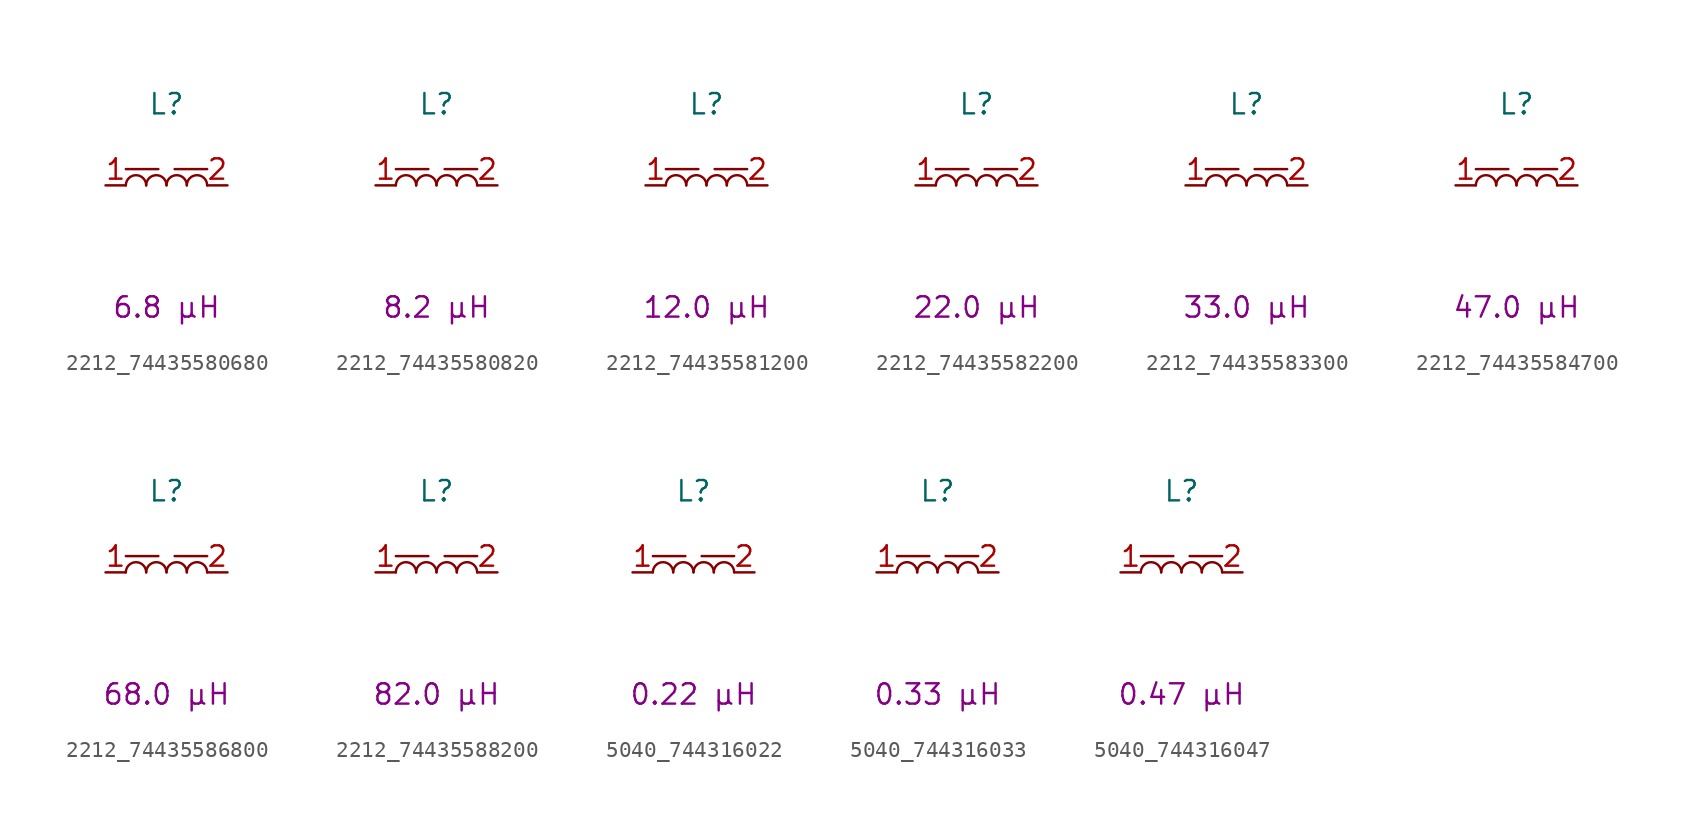
<source format=kicad_sym>
(kicad_symbol_lib
  (version 20220914)
  (generator kicad_symbol_editor)
  (symbol "2212_74435580680"
    (pin_names hide)
    (property "Reference" "L"
      (at 0 5.08 0)
      (effects (font (size 1.27 1.27))))
    (property "Critical Parameter" "6.8 µH"
      (at 0 -7.62 0)
      (effects (font (size 1.27 1.27))))
    (symbol "2212_74435580680_0_1"
      (arc (start -1.27 0) (mid -1.905 0.6323) (end -2.54 0) (stroke (width 0) (type default)) (fill (type none)))
      (arc (start 0 0) (mid -0.635 0.6323) (end -1.27 0) (stroke (width 0) (type default)) (fill (type none)))
      (polyline (pts (xy -2.54 1.016) (xy -0.508 1.016)) (stroke (width 0) (type default)) (fill (type none)))
      (arc (start 1.27 0) (mid 0.635 0.6323) (end 0 0) (stroke (width 0) (type default)) (fill (type none)))
      (arc (start 2.54 0) (mid 1.905 0.6323) (end 1.27 0) (stroke (width 0) (type default)) (fill (type none))))
    (symbol "2212_74435580680_1_1"
      (polyline (pts (xy 2.54 1.016) (xy 0.508 1.016)) (stroke (width 0) (type default)) (fill (type none)))
      (pin passive line (at -3.81 0 0) (length 1.27) (name "1" (effects (font (size 1.27 1.27)))) (number "1" (effects (font (size 1.27 1.27)))))
      (pin passive line (at 3.81 0 180) (length 1.27) (name "2" (effects (font (size 1.27 1.27)))) (number "2" (effects (font (size 1.27 1.27)))))))
  (symbol "2212_74435580820"
    (pin_names hide)
    (property "Reference" "L"
      (at 0 5.08 0)
      (effects (font (size 1.27 1.27))))
    (property "Critical Parameter" "8.2 µH"
      (at 0 -7.62 0)
      (effects (font (size 1.27 1.27))))
    (symbol "2212_74435580820_0_1"
      (arc (start -1.27 0) (mid -1.905 0.6323) (end -2.54 0) (stroke (width 0) (type default)) (fill (type none)))
      (arc (start 0 0) (mid -0.635 0.6323) (end -1.27 0) (stroke (width 0) (type default)) (fill (type none)))
      (polyline (pts (xy -2.54 1.016) (xy -0.508 1.016)) (stroke (width 0) (type default)) (fill (type none)))
      (arc (start 1.27 0) (mid 0.635 0.6323) (end 0 0) (stroke (width 0) (type default)) (fill (type none)))
      (arc (start 2.54 0) (mid 1.905 0.6323) (end 1.27 0) (stroke (width 0) (type default)) (fill (type none))))
    (symbol "2212_74435580820_1_1"
      (polyline (pts (xy 2.54 1.016) (xy 0.508 1.016)) (stroke (width 0) (type default)) (fill (type none)))
      (pin passive line (at -3.81 0 0) (length 1.27) (name "1" (effects (font (size 1.27 1.27)))) (number "1" (effects (font (size 1.27 1.27)))))
      (pin passive line (at 3.81 0 180) (length 1.27) (name "2" (effects (font (size 1.27 1.27)))) (number "2" (effects (font (size 1.27 1.27)))))))
  (symbol "2212_74435581200"
    (pin_names hide)
    (property "Reference" "L"
      (at 0 5.08 0)
      (effects (font (size 1.27 1.27))))
    (property "Critical Parameter" "12.0 µH"
      (at 0 -7.62 0)
      (effects (font (size 1.27 1.27))))
    (symbol "2212_74435581200_0_1"
      (arc (start -1.27 0) (mid -1.905 0.6323) (end -2.54 0) (stroke (width 0) (type default)) (fill (type none)))
      (arc (start 0 0) (mid -0.635 0.6323) (end -1.27 0) (stroke (width 0) (type default)) (fill (type none)))
      (polyline (pts (xy -2.54 1.016) (xy -0.508 1.016)) (stroke (width 0) (type default)) (fill (type none)))
      (arc (start 1.27 0) (mid 0.635 0.6323) (end 0 0) (stroke (width 0) (type default)) (fill (type none)))
      (arc (start 2.54 0) (mid 1.905 0.6323) (end 1.27 0) (stroke (width 0) (type default)) (fill (type none))))
    (symbol "2212_74435581200_1_1"
      (polyline (pts (xy 2.54 1.016) (xy 0.508 1.016)) (stroke (width 0) (type default)) (fill (type none)))
      (pin passive line (at -3.81 0 0) (length 1.27) (name "1" (effects (font (size 1.27 1.27)))) (number "1" (effects (font (size 1.27 1.27)))))
      (pin passive line (at 3.81 0 180) (length 1.27) (name "2" (effects (font (size 1.27 1.27)))) (number "2" (effects (font (size 1.27 1.27)))))))
  (symbol "2212_74435582200"
    (pin_names hide)
    (property "Reference" "L"
      (at 0 5.08 0)
      (effects (font (size 1.27 1.27))))
    (property "Critical Parameter" "22.0 µH"
      (at 0 -7.62 0)
      (effects (font (size 1.27 1.27))))
    (symbol "2212_74435582200_0_1"
      (arc (start -1.27 0) (mid -1.905 0.6323) (end -2.54 0) (stroke (width 0) (type default)) (fill (type none)))
      (arc (start 0 0) (mid -0.635 0.6323) (end -1.27 0) (stroke (width 0) (type default)) (fill (type none)))
      (polyline (pts (xy -2.54 1.016) (xy -0.508 1.016)) (stroke (width 0) (type default)) (fill (type none)))
      (arc (start 1.27 0) (mid 0.635 0.6323) (end 0 0) (stroke (width 0) (type default)) (fill (type none)))
      (arc (start 2.54 0) (mid 1.905 0.6323) (end 1.27 0) (stroke (width 0) (type default)) (fill (type none))))
    (symbol "2212_74435582200_1_1"
      (polyline (pts (xy 2.54 1.016) (xy 0.508 1.016)) (stroke (width 0) (type default)) (fill (type none)))
      (pin passive line (at -3.81 0 0) (length 1.27) (name "1" (effects (font (size 1.27 1.27)))) (number "1" (effects (font (size 1.27 1.27)))))
      (pin passive line (at 3.81 0 180) (length 1.27) (name "2" (effects (font (size 1.27 1.27)))) (number "2" (effects (font (size 1.27 1.27)))))))
  (symbol "2212_74435583300"
    (pin_names hide)
    (property "Reference" "L"
      (at 0 5.08 0)
      (effects (font (size 1.27 1.27))))
    (property "Critical Parameter" "33.0 µH"
      (at 0 -7.62 0)
      (effects (font (size 1.27 1.27))))
    (symbol "2212_74435583300_0_1"
      (arc (start -1.27 0) (mid -1.905 0.6323) (end -2.54 0) (stroke (width 0) (type default)) (fill (type none)))
      (arc (start 0 0) (mid -0.635 0.6323) (end -1.27 0) (stroke (width 0) (type default)) (fill (type none)))
      (polyline (pts (xy -2.54 1.016) (xy -0.508 1.016)) (stroke (width 0) (type default)) (fill (type none)))
      (arc (start 1.27 0) (mid 0.635 0.6323) (end 0 0) (stroke (width 0) (type default)) (fill (type none)))
      (arc (start 2.54 0) (mid 1.905 0.6323) (end 1.27 0) (stroke (width 0) (type default)) (fill (type none))))
    (symbol "2212_74435583300_1_1"
      (polyline (pts (xy 2.54 1.016) (xy 0.508 1.016)) (stroke (width 0) (type default)) (fill (type none)))
      (pin passive line (at -3.81 0 0) (length 1.27) (name "1" (effects (font (size 1.27 1.27)))) (number "1" (effects (font (size 1.27 1.27)))))
      (pin passive line (at 3.81 0 180) (length 1.27) (name "2" (effects (font (size 1.27 1.27)))) (number "2" (effects (font (size 1.27 1.27)))))))
  (symbol "2212_74435584700"
    (pin_names hide)
    (property "Reference" "L"
      (at 0 5.08 0)
      (effects (font (size 1.27 1.27))))
    (property "Critical Parameter" "47.0 µH"
      (at 0 -7.62 0)
      (effects (font (size 1.27 1.27))))
    (symbol "2212_74435584700_0_1"
      (arc (start -1.27 0) (mid -1.905 0.6323) (end -2.54 0) (stroke (width 0) (type default)) (fill (type none)))
      (arc (start 0 0) (mid -0.635 0.6323) (end -1.27 0) (stroke (width 0) (type default)) (fill (type none)))
      (polyline (pts (xy -2.54 1.016) (xy -0.508 1.016)) (stroke (width 0) (type default)) (fill (type none)))
      (arc (start 1.27 0) (mid 0.635 0.6323) (end 0 0) (stroke (width 0) (type default)) (fill (type none)))
      (arc (start 2.54 0) (mid 1.905 0.6323) (end 1.27 0) (stroke (width 0) (type default)) (fill (type none))))
    (symbol "2212_74435584700_1_1"
      (polyline (pts (xy 2.54 1.016) (xy 0.508 1.016)) (stroke (width 0) (type default)) (fill (type none)))
      (pin passive line (at -3.81 0 0) (length 1.27) (name "1" (effects (font (size 1.27 1.27)))) (number "1" (effects (font (size 1.27 1.27)))))
      (pin passive line (at 3.81 0 180) (length 1.27) (name "2" (effects (font (size 1.27 1.27)))) (number "2" (effects (font (size 1.27 1.27)))))))
  (symbol "2212_74435586800"
    (pin_names hide)
    (property "Reference" "L"
      (at 0 5.08 0)
      (effects (font (size 1.27 1.27))))
    (property "Critical Parameter" "68.0 µH"
      (at 0 -7.62 0)
      (effects (font (size 1.27 1.27))))
    (symbol "2212_74435586800_0_1"
      (arc (start -1.27 0) (mid -1.905 0.6323) (end -2.54 0) (stroke (width 0) (type default)) (fill (type none)))
      (arc (start 0 0) (mid -0.635 0.6323) (end -1.27 0) (stroke (width 0) (type default)) (fill (type none)))
      (polyline (pts (xy -2.54 1.016) (xy -0.508 1.016)) (stroke (width 0) (type default)) (fill (type none)))
      (arc (start 1.27 0) (mid 0.635 0.6323) (end 0 0) (stroke (width 0) (type default)) (fill (type none)))
      (arc (start 2.54 0) (mid 1.905 0.6323) (end 1.27 0) (stroke (width 0) (type default)) (fill (type none))))
    (symbol "2212_74435586800_1_1"
      (polyline (pts (xy 2.54 1.016) (xy 0.508 1.016)) (stroke (width 0) (type default)) (fill (type none)))
      (pin passive line (at -3.81 0 0) (length 1.27) (name "1" (effects (font (size 1.27 1.27)))) (number "1" (effects (font (size 1.27 1.27)))))
      (pin passive line (at 3.81 0 180) (length 1.27) (name "2" (effects (font (size 1.27 1.27)))) (number "2" (effects (font (size 1.27 1.27)))))))
  (symbol "2212_74435588200"
    (pin_names hide)
    (property "Reference" "L"
      (at 0 5.08 0)
      (effects (font (size 1.27 1.27))))
    (property "Critical Parameter" "82.0 µH"
      (at 0 -7.62 0)
      (effects (font (size 1.27 1.27))))
    (symbol "2212_74435588200_0_1"
      (arc (start -1.27 0) (mid -1.905 0.6323) (end -2.54 0) (stroke (width 0) (type default)) (fill (type none)))
      (arc (start 0 0) (mid -0.635 0.6323) (end -1.27 0) (stroke (width 0) (type default)) (fill (type none)))
      (polyline (pts (xy -2.54 1.016) (xy -0.508 1.016)) (stroke (width 0) (type default)) (fill (type none)))
      (arc (start 1.27 0) (mid 0.635 0.6323) (end 0 0) (stroke (width 0) (type default)) (fill (type none)))
      (arc (start 2.54 0) (mid 1.905 0.6323) (end 1.27 0) (stroke (width 0) (type default)) (fill (type none))))
    (symbol "2212_74435588200_1_1"
      (polyline (pts (xy 2.54 1.016) (xy 0.508 1.016)) (stroke (width 0) (type default)) (fill (type none)))
      (pin passive line (at -3.81 0 0) (length 1.27) (name "1" (effects (font (size 1.27 1.27)))) (number "1" (effects (font (size 1.27 1.27)))))
      (pin passive line (at 3.81 0 180) (length 1.27) (name "2" (effects (font (size 1.27 1.27)))) (number "2" (effects (font (size 1.27 1.27)))))))
  (symbol "5040_744316022"
    (pin_names hide)
    (property "Reference" "L"
      (at 0 5.08 0)
      (effects (font (size 1.27 1.27))))
    (property "Critical Parameter" "0.22 µH"
      (at 0 -7.62 0)
      (effects (font (size 1.27 1.27))))
    (symbol "5040_744316022_0_1"
      (arc (start -1.27 0) (mid -1.905 0.6323) (end -2.54 0) (stroke (width 0) (type default)) (fill (type none)))
      (arc (start 0 0) (mid -0.635 0.6323) (end -1.27 0) (stroke (width 0) (type default)) (fill (type none)))
      (polyline (pts (xy -2.54 1.016) (xy -0.508 1.016)) (stroke (width 0) (type default)) (fill (type none)))
      (arc (start 1.27 0) (mid 0.635 0.6323) (end 0 0) (stroke (width 0) (type default)) (fill (type none)))
      (arc (start 2.54 0) (mid 1.905 0.6323) (end 1.27 0) (stroke (width 0) (type default)) (fill (type none))))
    (symbol "5040_744316022_1_1"
      (polyline (pts (xy 2.54 1.016) (xy 0.508 1.016)) (stroke (width 0) (type default)) (fill (type none)))
      (pin passive line (at -3.81 0 0) (length 1.27) (name "1" (effects (font (size 1.27 1.27)))) (number "1" (effects (font (size 1.27 1.27)))))
      (pin passive line (at 3.81 0 180) (length 1.27) (name "2" (effects (font (size 1.27 1.27)))) (number "2" (effects (font (size 1.27 1.27)))))))
  (symbol "5040_744316033"
    (pin_names hide)
    (property "Reference" "L"
      (at 0 5.08 0)
      (effects (font (size 1.27 1.27))))
    (property "Critical Parameter" "0.33 µH"
      (at 0 -7.62 0)
      (effects (font (size 1.27 1.27))))
    (symbol "5040_744316033_0_1"
      (arc (start -1.27 0) (mid -1.905 0.6323) (end -2.54 0) (stroke (width 0) (type default)) (fill (type none)))
      (arc (start 0 0) (mid -0.635 0.6323) (end -1.27 0) (stroke (width 0) (type default)) (fill (type none)))
      (polyline (pts (xy -2.54 1.016) (xy -0.508 1.016)) (stroke (width 0) (type default)) (fill (type none)))
      (arc (start 1.27 0) (mid 0.635 0.6323) (end 0 0) (stroke (width 0) (type default)) (fill (type none)))
      (arc (start 2.54 0) (mid 1.905 0.6323) (end 1.27 0) (stroke (width 0) (type default)) (fill (type none))))
    (symbol "5040_744316033_1_1"
      (polyline (pts (xy 2.54 1.016) (xy 0.508 1.016)) (stroke (width 0) (type default)) (fill (type none)))
      (pin passive line (at -3.81 0 0) (length 1.27) (name "1" (effects (font (size 1.27 1.27)))) (number "1" (effects (font (size 1.27 1.27)))))
      (pin passive line (at 3.81 0 180) (length 1.27) (name "2" (effects (font (size 1.27 1.27)))) (number "2" (effects (font (size 1.27 1.27)))))))
  (symbol "5040_744316047"
    (pin_names hide)
    (property "Reference" "L"
      (at 0 5.08 0)
      (effects (font (size 1.27 1.27))))
    (property "Critical Parameter" "0.47 µH"
      (at 0 -7.62 0)
      (effects (font (size 1.27 1.27))))
    (symbol "5040_744316047_0_1"
      (arc (start -1.27 0) (mid -1.905 0.6323) (end -2.54 0) (stroke (width 0) (type default)) (fill (type none)))
      (arc (start 0 0) (mid -0.635 0.6323) (end -1.27 0) (stroke (width 0) (type default)) (fill (type none)))
      (polyline (pts (xy -2.54 1.016) (xy -0.508 1.016)) (stroke (width 0) (type default)) (fill (type none)))
      (arc (start 1.27 0) (mid 0.635 0.6323) (end 0 0) (stroke (width 0) (type default)) (fill (type none)))
      (arc (start 2.54 0) (mid 1.905 0.6323) (end 1.27 0) (stroke (width 0) (type default)) (fill (type none))))
    (symbol "5040_744316047_1_1"
      (polyline (pts (xy 2.54 1.016) (xy 0.508 1.016)) (stroke (width 0) (type default)) (fill (type none)))
      (pin passive line (at -3.81 0 0) (length 1.27) (name "1" (effects (font (size 1.27 1.27)))) (number "1" (effects (font (size 1.27 1.27)))))
      (pin passive line (at 3.81 0 180) (length 1.27) (name "2" (effects (font (size 1.27 1.27)))) (number "2" (effects (font (size 1.27 1.27))))))))
</source>
